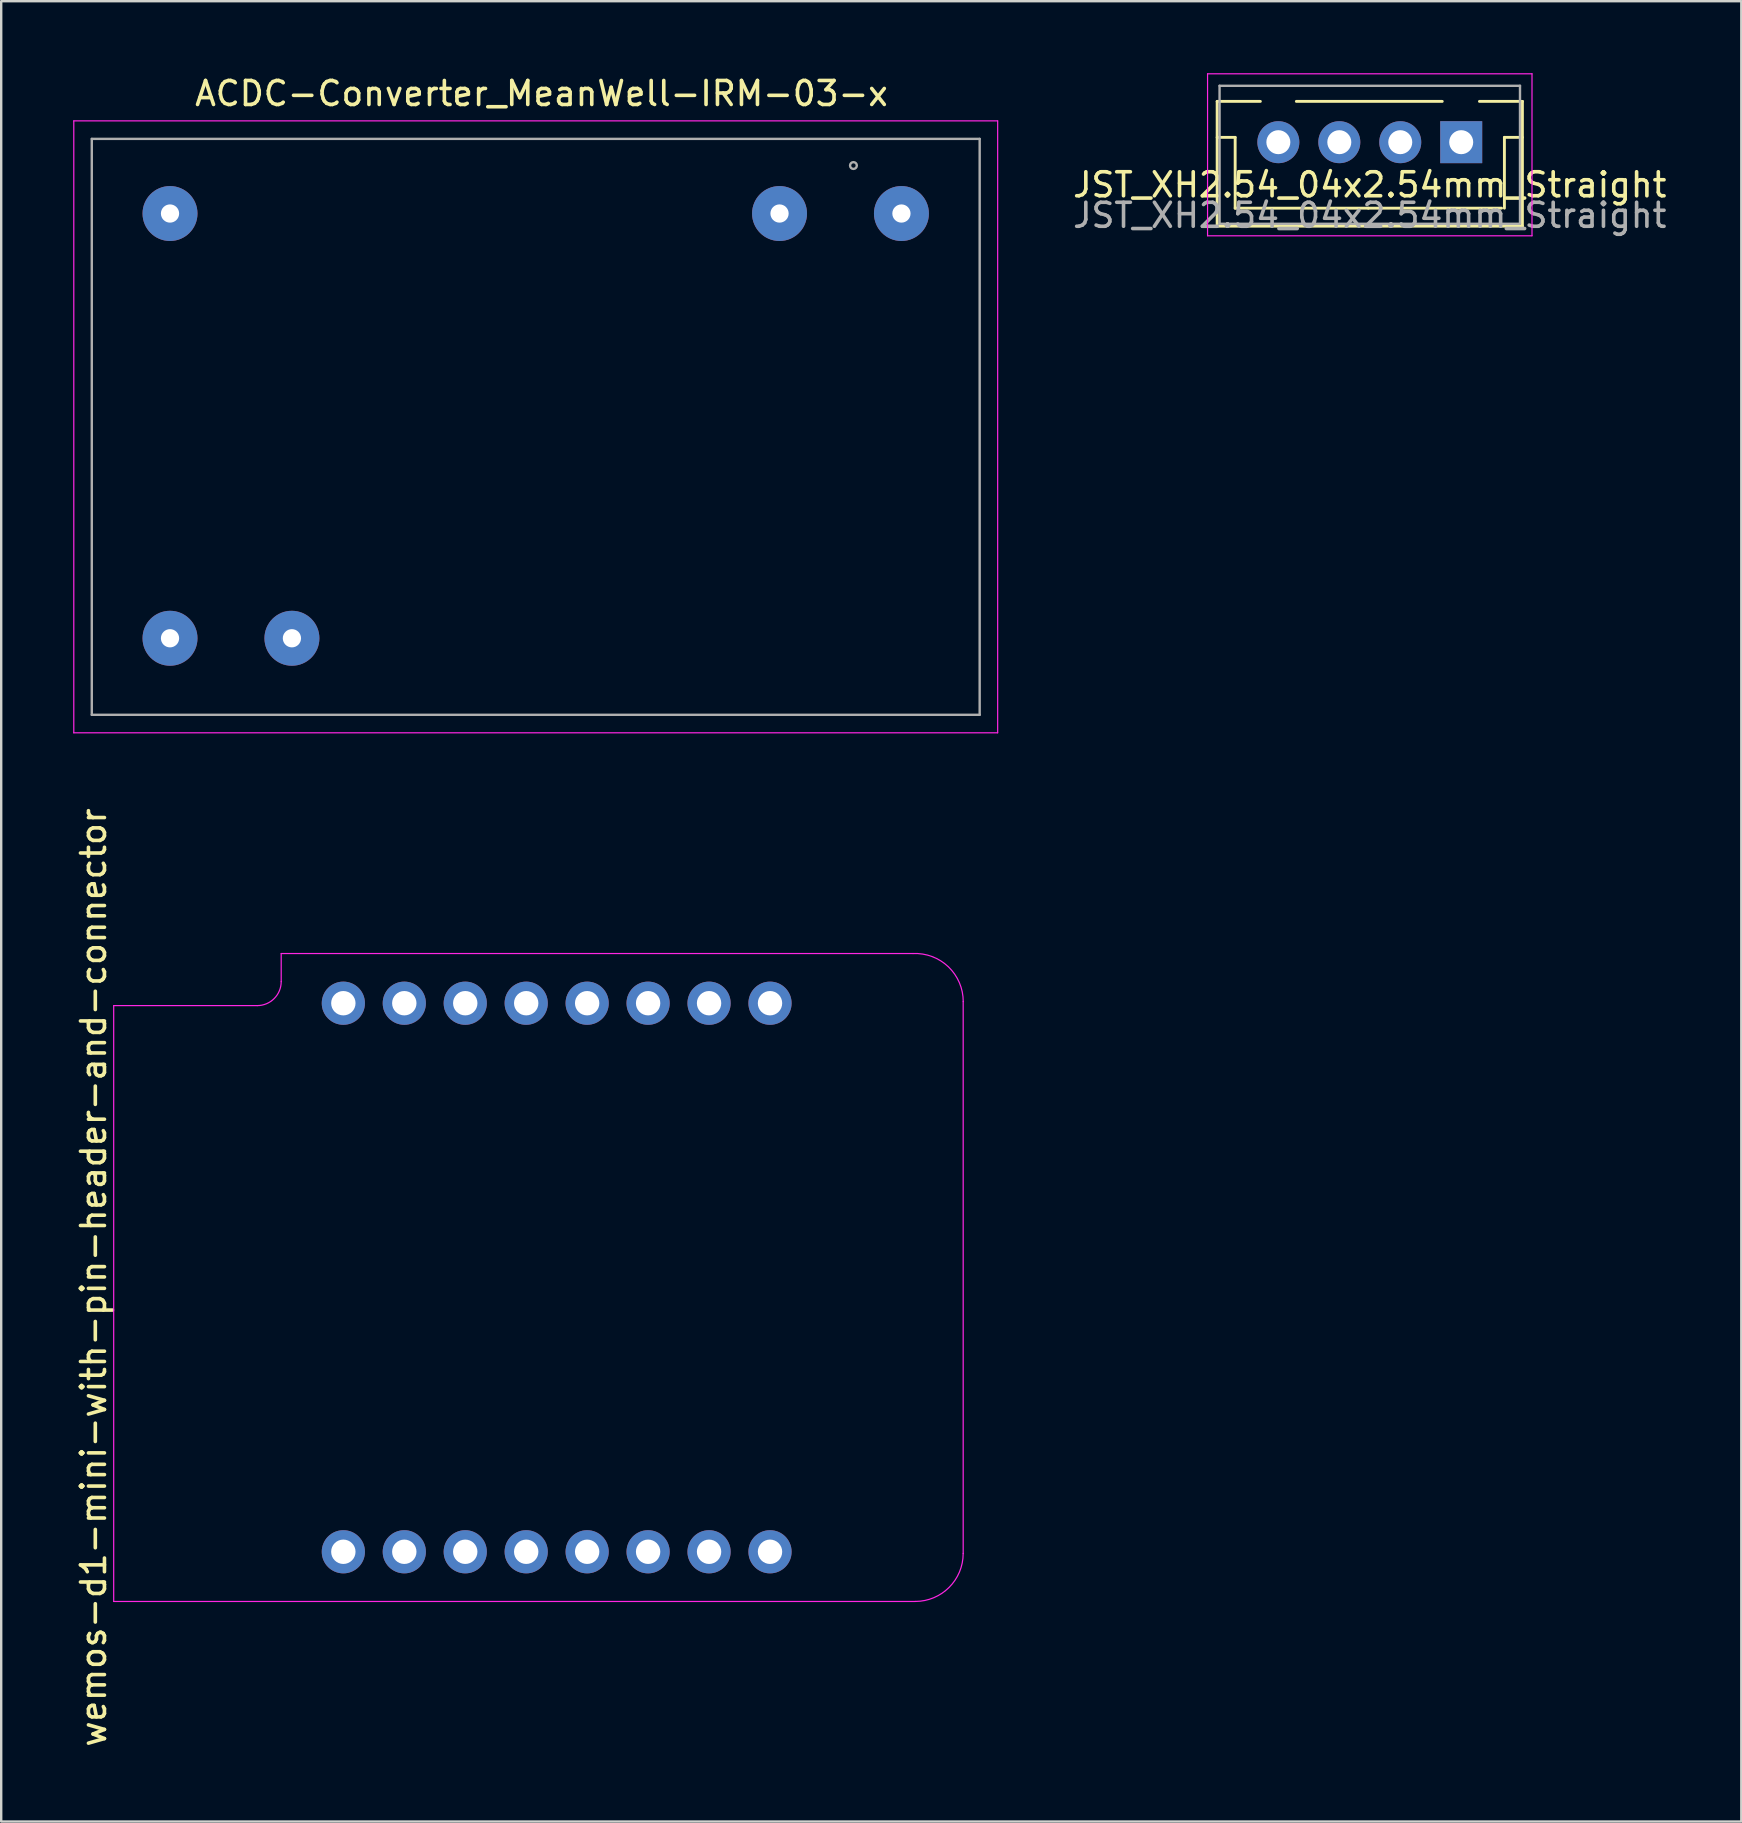
<source format=kicad_pcb>
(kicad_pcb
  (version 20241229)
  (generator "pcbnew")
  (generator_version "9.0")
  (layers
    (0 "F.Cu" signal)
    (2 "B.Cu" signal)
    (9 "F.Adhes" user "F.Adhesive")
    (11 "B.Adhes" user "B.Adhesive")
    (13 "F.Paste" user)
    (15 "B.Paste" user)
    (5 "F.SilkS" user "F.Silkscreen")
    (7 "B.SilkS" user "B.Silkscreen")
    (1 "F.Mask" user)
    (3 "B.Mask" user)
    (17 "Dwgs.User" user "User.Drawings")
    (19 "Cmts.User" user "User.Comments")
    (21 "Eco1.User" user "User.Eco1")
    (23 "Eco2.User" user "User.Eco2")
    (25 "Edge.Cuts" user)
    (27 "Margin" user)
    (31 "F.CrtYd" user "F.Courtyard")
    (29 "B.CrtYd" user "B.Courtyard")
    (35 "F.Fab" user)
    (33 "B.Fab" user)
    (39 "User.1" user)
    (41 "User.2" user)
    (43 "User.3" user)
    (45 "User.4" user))
  (footprint "ACDC-Converter_MeanWell-IRM-03-x"
    (layer "F.Cu")
    (at 34.515 5.848)
    (property "Reference" "ACDC-Converter_MeanWell-IRM-03-x" (at -15 -5 0) (layer "F.SilkS") (effects (font (size 1 1) (thickness 0.15))))
    (attr through_hole)
    (fp_line (start -34.24 -3.61) (end -34.24 21.39) (stroke (width 0.12) (type solid)) (layer "Eco1.User"))
    (fp_line (start 3.76 -3.61) (end -34.24 -3.61) (stroke (width 0.12) (type solid)) (layer "Eco1.User"))
    (fp_line (start 3.76 -3.61) (end 3.76 21.39) (stroke (width 0.12) (type solid)) (layer "Eco1.User"))
    (fp_line (start 3.76 21.39) (end -34.24 21.39) (stroke (width 0.12) (type solid)) (layer "Eco1.User"))
    (fp_line (start -34.49 -3.86) (end -34.49 21.64) (stroke (width 0.05) (type solid)) (layer "F.CrtYd"))
    (fp_line (start 4.01 -3.86) (end -34.49 -3.86) (stroke (width 0.05) (type solid)) (layer "F.CrtYd"))
    (fp_line (start 4.01 -3.86) (end 4.01 21.64) (stroke (width 0.05) (type solid)) (layer "F.CrtYd"))
    (fp_line (start 4.01 21.64) (end -34.49 21.64) (stroke (width 0.05) (type solid)) (layer "F.CrtYd"))
    (fp_line (start -33.74 -3.11) (end -33.74 20.89) (stroke (width 0.1) (type solid)) (layer "F.Fab"))
    (fp_line (start 3.26 -3.11) (end -33.74 -3.11) (stroke (width 0.1) (type solid)) (layer "F.Fab"))
    (fp_line (start 3.26 -3.11) (end 3.26 20.89) (stroke (width 0.1) (type solid)) (layer "F.Fab"))
    (fp_line (start 3.26 20.89) (end -33.74 20.89) (stroke (width 0.1) (type solid)) (layer "F.Fab"))
    (fp_circle (center -2 -2) (end -1.9 -1.9) (stroke (width 0.1) (type solid)) (fill no) (layer "F.Fab"))
    (pad "1" thru_hole circle (at 0 0) (size 2.29 2.29) (drill 0.76) (layers "*.Cu" "*.Mask"))
    (pad "2" thru_hole circle (at -5.08 0) (size 2.29 2.29) (drill 0.76) (layers "*.Cu" "*.Mask"))
    (pad "3" thru_hole circle (at -25.4 17.7) (size 2.29 2.29) (drill 0.76) (layers "*.Cu" "*.Mask"))
    (pad "4" thru_hole circle (at -30.48 17.7) (size 2.29 2.29) (drill 0.76) (layers "*.Cu" "*.Mask"))
    (pad "5" thru_hole circle (at -30.48 0) (size 2.29 2.29) (drill 0.76) (layers "*.Cu" "*.Mask")))
  (footprint "wemos-d1-mini-with-pin-header-and-connector"
    (layer "F.Cu")
    (at 20.148 50.186)
    (property "Reference" "wemos-d1-mini-with-pin-header-and-connector" (at -19.3 0 90) (layer "F.SilkS") (effects (font (size 1 1) (thickness 0.15))))
    (attr through_hole)
    (fp_line (start -18.3 -11.18) (end -18.3 -3.32) (stroke (width 0.15) (type solid)) (layer "Eco1.User"))
    (fp_line (start -18.3 -11.18) (end -12.3 -11.18) (stroke (width 0.15) (type solid)) (layer "Eco1.User"))
    (fp_line (start -18.3 -3.32) (end -17.3 -3.32) (stroke (width 0.15) (type solid)) (layer "Eco1.User"))
    (fp_line (start -18.3 4.9) (end -18.3 13.33) (stroke (width 0.15) (type solid)) (layer "Eco1.User"))
    (fp_line (start -18.3 13.33) (end 14.78 13.33) (stroke (width 0.15) (type solid)) (layer "Eco1.User"))
    (fp_line (start -17.3 -3.32) (end -17.3 4.9) (stroke (width 0.15) (type solid)) (layer "Eco1.User"))
    (fp_line (start -17.3 4.9) (end -18.3 4.9) (stroke (width 0.15) (type solid)) (layer "Eco1.User"))
    (fp_line (start -11.3 -12.17) (end -11.3 -13.33) (stroke (width 0.15) (type solid)) (layer "Eco1.User"))
    (fp_line (start 14.78 -13.33) (end -11.3 -13.33) (stroke (width 0.15) (type solid)) (layer "Eco1.User"))
    (fp_line (start 16.78 11.33) (end 16.78 -11.33) (stroke (width 0.15) (type solid)) (layer "Eco1.User"))
    (fp_arc (start -11.3 -12.18) (mid -11.592893 -11.472893) (end -12.3 -11.18) (stroke (width 0.15) (type solid)) (layer "Eco1.User"))
    (fp_arc (start 14.78 -13.33) (mid 16.194214 -12.744214) (end 16.78 -11.33) (stroke (width 0.15) (type solid)) (layer "Eco1.User"))
    (fp_arc (start 16.78 11.33) (mid 16.194214 12.744214) (end 14.78 13.33) (stroke (width 0.15) (type solid)) (layer "Eco1.User"))
    (fp_line (start -18.46 -11.33) (end -12.48 -11.33) (stroke (width 0.05) (type solid)) (layer "F.CrtYd"))
    (fp_line (start -18.46 13.5) (end -18.46 -11.33) (stroke (width 0.05) (type solid)) (layer "F.CrtYd"))
    (fp_line (start -11.48 -13.5) (end -11.48 -12.33) (stroke (width 0.05) (type solid)) (layer "F.CrtYd"))
    (fp_line (start -11.48 -13.5) (end 14.85 -13.5) (stroke (width 0.05) (type solid)) (layer "F.CrtYd"))
    (fp_line (start 14.94 13.5) (end -18.46 13.5) (stroke (width 0.05) (type solid)) (layer "F.CrtYd"))
    (fp_line (start 16.94 -11.5) (end 16.94 11.5) (stroke (width 0.05) (type solid)) (layer "F.CrtYd"))
    (fp_arc (start -11.48 -12.33) (mid -11.772893 -11.622893) (end -12.48 -11.33) (stroke (width 0.05) (type solid)) (layer "F.CrtYd"))
    (fp_arc (start 14.85 -13.5) (mid 16.323459 -12.947115) (end 16.942024 -11.5) (stroke (width 0.05) (type solid)) (layer "F.CrtYd"))
    (fp_arc (start 16.94 11.5) (mid 16.354214 12.914214) (end 14.94 13.5) (stroke (width 0.05) (type solid)) (layer "F.CrtYd"))
    (pad "1" thru_hole circle (at -8.89 11.43) (size 1.8 1.8) (drill 1.016) (layers "*.Cu" "*.Mask"))
    (pad "2" thru_hole circle (at -6.35 11.43) (size 1.8 1.8) (drill 1.016) (layers "*.Cu" "*.Mask"))
    (pad "3" thru_hole circle (at -3.81 11.43) (size 1.8 1.8) (drill 1.016) (layers "*.Cu" "*.Mask"))
    (pad "4" thru_hole circle (at -1.27 11.43) (size 1.8 1.8) (drill 1.016) (layers "*.Cu" "*.Mask"))
    (pad "5" thru_hole circle (at 1.27 11.43) (size 1.8 1.8) (drill 1.016) (layers "*.Cu" "*.Mask"))
    (pad "6" thru_hole circle (at 3.81 11.43) (size 1.8 1.8) (drill 1.016) (layers "*.Cu" "*.Mask"))
    (pad "7" thru_hole circle (at 6.35 11.43) (size 1.8 1.8) (drill 1.016) (layers "*.Cu" "*.Mask"))
    (pad "8" thru_hole circle (at 8.89 11.43) (size 1.8 1.8) (drill 1.016) (layers "*.Cu" "*.Mask"))
    (pad "9" thru_hole circle (at 8.89 -11.43) (size 1.8 1.8) (drill 1.016) (layers "*.Cu" "*.Mask"))
    (pad "10" thru_hole circle (at 6.35 -11.43) (size 1.8 1.8) (drill 1.016) (layers "*.Cu" "*.Mask"))
    (pad "11" thru_hole circle (at 3.81 -11.43) (size 1.8 1.8) (drill 1.016) (layers "*.Cu" "*.Mask"))
    (pad "12" thru_hole circle (at 1.27 -11.43) (size 1.8 1.8) (drill 1.016) (layers "*.Cu" "*.Mask"))
    (pad "13" thru_hole circle (at -1.27 -11.43) (size 1.8 1.8) (drill 1.016) (layers "*.Cu" "*.Mask"))
    (pad "14" thru_hole circle (at -3.81 -11.43) (size 1.8 1.8) (drill 1.016) (layers "*.Cu" "*.Mask"))
    (pad "15" thru_hole circle (at -6.35 -11.43) (size 1.8 1.8) (drill 1.016) (layers "*.Cu" "*.Mask"))
    (pad "16" thru_hole circle (at -8.89 -11.43) (size 1.8 1.8) (drill 1.016) (layers "*.Cu" "*.Mask")))
  (footprint "JST_XH2.54_04x2.54mm_Straight"
    (layer "F.Cu")
    (at 50.222 2.875)
    (property "Reference" "JST_XH2.54_04x2.54mm_Straight" (at 3.81 1.778 0) (layer "F.SilkS") (effects (font (size 1 1) (thickness 0.15))))
    (attr through_hole)
    (fp_line (start -2.55 -1.7) (end -2.55 3.5) (stroke (width 0.12) (type solid)) (layer "F.SilkS"))
    (fp_line (start -2.55 -1.7) (end -0.75 -1.7) (stroke (width 0.12) (type solid)) (layer "F.SilkS"))
    (fp_line (start -2.55 -0.2) (end -1.8 -0.2) (stroke (width 0.12) (type solid)) (layer "F.SilkS"))
    (fp_line (start -2.55 3.5) (end 10.17 3.5) (stroke (width 0.12) (type solid)) (layer "F.SilkS"))
    (fp_line (start -1.8 -0.2) (end -1.8 2.75) (stroke (width 0.12) (type solid)) (layer "F.SilkS"))
    (fp_line (start -1.8 2.75) (end 3.75 2.75) (stroke (width 0.12) (type solid)) (layer "F.SilkS"))
    (fp_line (start 0.75 -1.7) (end 6.83 -1.7) (stroke (width 0.12) (type solid)) (layer "F.SilkS"))
    (fp_line (start 8.38 -1.7) (end 10.17 -1.7) (stroke (width 0.12) (type solid)) (layer "F.SilkS"))
    (fp_line (start 9.3 2.75) (end 3.75 2.75) (stroke (width 0.12) (type solid)) (layer "F.SilkS"))
    (fp_line (start 9.42 -0.2) (end 9.42 2.75) (stroke (width 0.12) (type solid)) (layer "F.SilkS"))
    (fp_line (start 10.17 -0.2) (end 9.42 -0.2) (stroke (width 0.12) (type solid)) (layer "F.SilkS"))
    (fp_line (start 10.17 3.5) (end 10.17 -1.7) (stroke (width 0.12) (type solid)) (layer "F.SilkS"))
    (fp_line (start -2.95 -2.85) (end -2.95 3.9) (stroke (width 0.05) (type solid)) (layer "F.CrtYd"))
    (fp_line (start -2.95 3.9) (end 10.57 3.9) (stroke (width 0.05) (type solid)) (layer "F.CrtYd"))
    (fp_line (start 10.57 -2.85) (end -2.95 -2.85) (stroke (width 0.05) (type solid)) (layer "F.CrtYd"))
    (fp_line (start 10.57 3.9) (end 10.57 -2.85) (stroke (width 0.05) (type solid)) (layer "F.CrtYd"))
    (fp_line (start -2.45 -2.35) (end -2.45 3.4) (stroke (width 0.1) (type solid)) (layer "F.Fab"))
    (fp_line (start -2.45 3.4) (end 10.07 3.4) (stroke (width 0.1) (type solid)) (layer "F.Fab"))
    (fp_line (start 10.07 -2.35) (end -2.45 -2.35) (stroke (width 0.1) (type solid)) (layer "F.Fab"))
    (fp_line (start 10.07 3.4) (end 10.07 -2.35) (stroke (width 0.1) (type solid)) (layer "F.Fab"))
    (fp_text user "${REFERENCE}" (at 3.81 3.048 0) (layer "F.Fab") (effects (font (size 1 1) (thickness 0.15))))
    (pad "1" thru_hole rect (at 7.62 0) (size 1.75 1.75) (drill 1) (layers "*.Cu" "*.Mask"))
    (pad "2" thru_hole circle (at 5.08 0) (size 1.75 1.75) (drill 1) (layers "*.Cu" "*.Mask"))
    (pad "3" thru_hole circle (at 2.54 0) (size 1.75 1.75) (drill 1) (layers "*.Cu" "*.Mask"))
    (pad "4" thru_hole circle (at 0 0) (size 1.75 1.75) (drill 1) (layers "*.Cu" "*.Mask")))
  (gr_rect
    (start -3 -3)
    (end 69.514 72.858)
    (stroke (width 0.1) (type default))
    (fill no)
    (layer "Edge.Cuts")))
</source>
